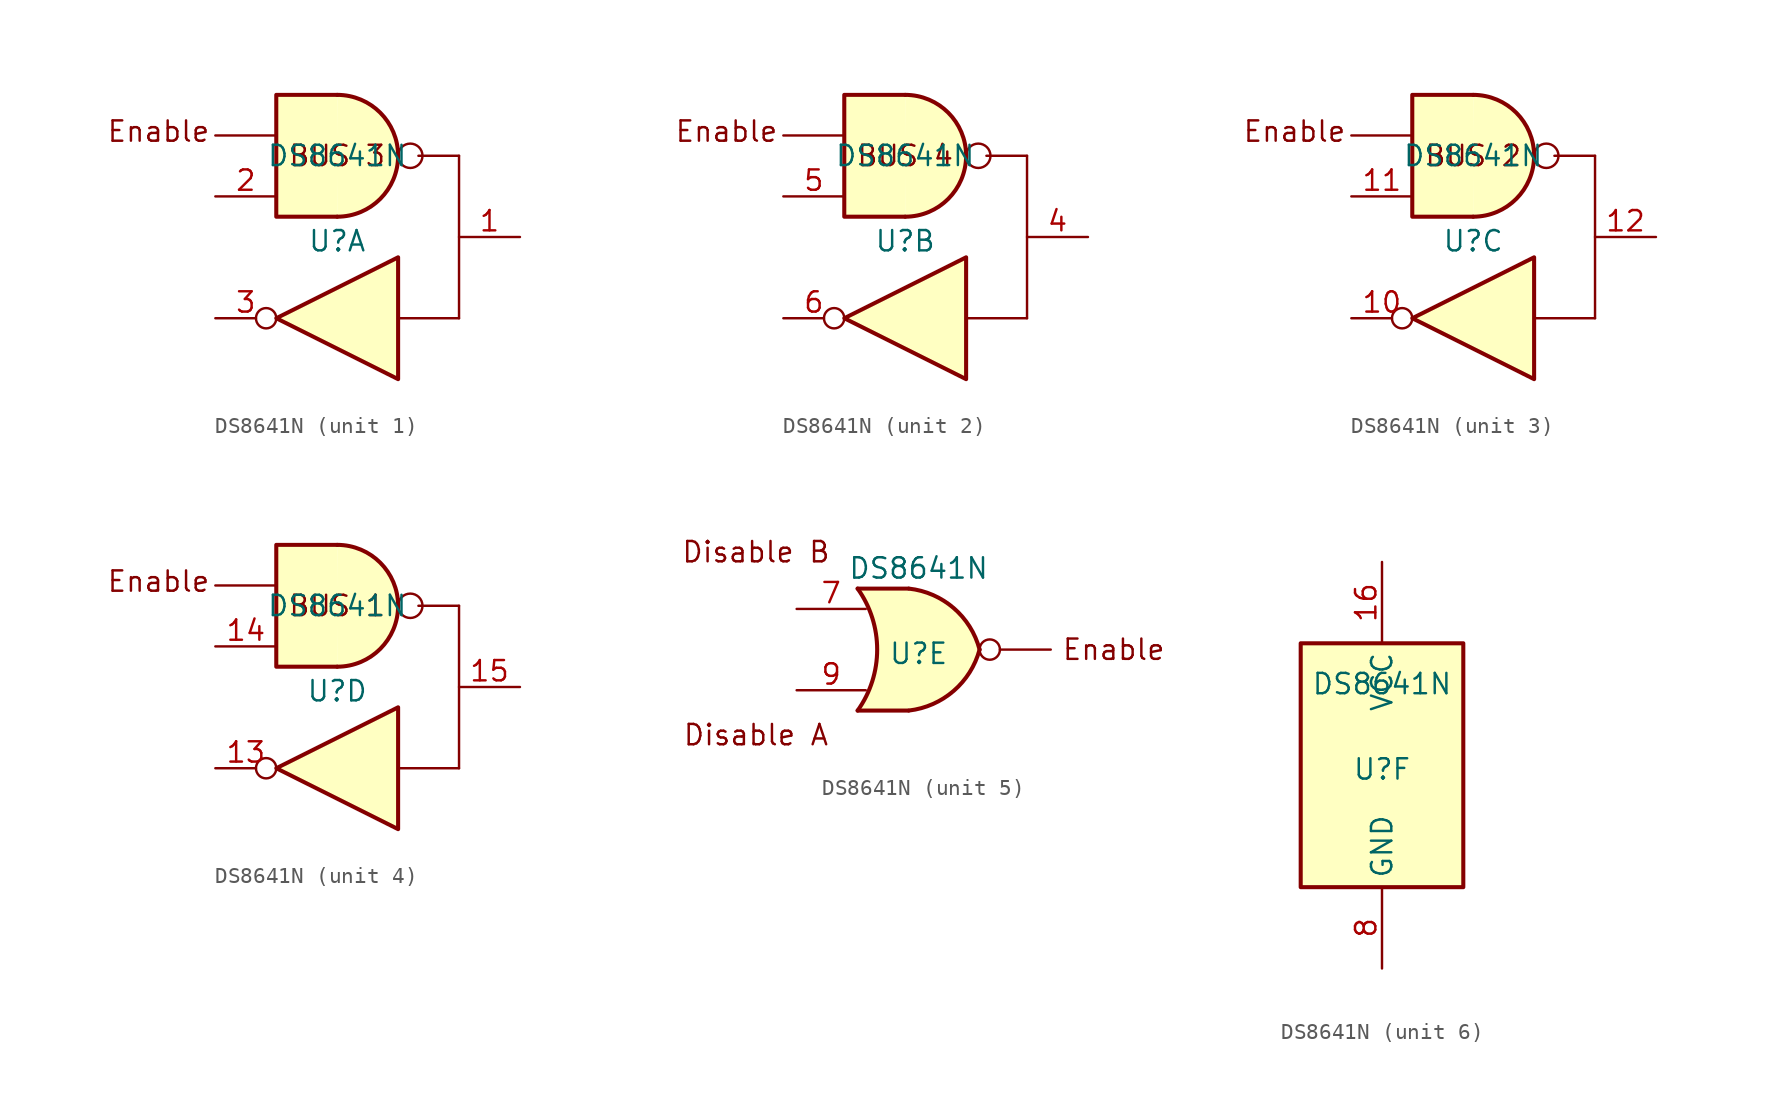
<source format=kicad_sym>
(kicad_symbol_lib
  (version 20231120)
  (generator "kicad_symbol_editor")
  (generator_version "8.0")
  (symbol "DS8641N"
    (property "Reference" "U"
      (at 0 -0.254 0)
      (effects (font (size 1.27 1.27))))
    (property "Value" "DS8641N"
      (at 0 5.08 0)
      (effects (font (size 1.27 1.27))))
    (property "ki_locked" ""
      (at 0 0 0)
      (effects (font (size 1.27 1.27))))
    (symbol "DS8641N_1_0"
      (polyline (pts (xy 3.81 -8.89) (xy 3.81 -1.27) (xy -3.81 -5.08) (xy 3.81 -8.89)) (stroke (width 0.254) (type default)) (fill (type background)))
      (pin output inverted (at -7.62 -5.08 0) (length 3.81) (name "~" (effects (font (size 1.27 1.27)))) (number "3" (effects (font (size 1.27 1.27))))))
    (symbol "DS8641N_1_1"
      (polyline (pts (xy -3.81 6.35) (xy -7.62 6.35)) (stroke (width 0) (type default)) (fill (type none)))
      (polyline (pts (xy 3.81 -5.08) (xy 7.62 -5.08)) (stroke (width 0) (type default)) (fill (type none)))
      (polyline (pts (xy 7.62 5.08) (xy 5.08 5.08)) (stroke (width 0) (type default)) (fill (type none)))
      (polyline (pts (xy 7.62 5.08) (xy 7.62 -5.08)) (stroke (width 0) (type default)) (fill (type none)))
      (polyline (pts (xy 0 8.89) (xy -3.81 8.89) (xy -3.81 1.27) (xy 0 1.27)) (stroke (width 0.254) (type default)) (fill (type background)))
      (arc (start 0 1.27) (mid 3.7934 5.08) (end 0 8.89) (stroke (width 0.254) (type default)) (fill (type background)))
      (circle (center 4.572 5.08) (radius 0.762) (stroke (width 0) (type default)) (fill (type none)))
      (text "BUS 3" (at 0 5.08 0) (effects (font (size 1.27 1.27))))
      (text "Enable" (at -11.176 6.604 0) (effects (font (size 1.27 1.27))))
      (pin open_collector line (at 11.43 0 180) (length 3.81) (name "~" (effects (font (size 1.27 1.27)))) (number "1" (effects (font (size 1.27 1.27)))))
      (pin input line (at -7.62 2.54 0) (length 3.81) (name "~" (effects (font (size 1.27 1.27)))) (number "2" (effects (font (size 1.27 1.27))))))
    (symbol "DS8641N_2_0"
      (polyline (pts (xy 3.81 -8.89) (xy 3.81 -1.27) (xy -3.81 -5.08) (xy 3.81 -8.89)) (stroke (width 0.254) (type default)) (fill (type background)))
      (pin output inverted (at -7.62 -5.08 0) (length 3.81) (name "~" (effects (font (size 1.27 1.27)))) (number "6" (effects (font (size 1.27 1.27))))))
    (symbol "DS8641N_2_1"
      (polyline (pts (xy -3.81 6.35) (xy -7.62 6.35)) (stroke (width 0) (type default)) (fill (type none)))
      (polyline (pts (xy 3.81 -5.08) (xy 7.62 -5.08)) (stroke (width 0) (type default)) (fill (type none)))
      (polyline (pts (xy 7.62 5.08) (xy 5.08 5.08)) (stroke (width 0) (type default)) (fill (type none)))
      (polyline (pts (xy 7.62 5.08) (xy 7.62 -5.08)) (stroke (width 0) (type default)) (fill (type none)))
      (polyline (pts (xy 0 8.89) (xy -3.81 8.89) (xy -3.81 1.27) (xy 0 1.27)) (stroke (width 0.254) (type default)) (fill (type background)))
      (arc (start 0 1.27) (mid 3.7934 5.08) (end 0 8.89) (stroke (width 0.254) (type default)) (fill (type background)))
      (circle (center 4.572 5.08) (radius 0.762) (stroke (width 0) (type default)) (fill (type none)))
      (text "BUS 4" (at 0 5.08 0) (effects (font (size 1.27 1.27))))
      (text "Enable" (at -11.176 6.604 0) (effects (font (size 1.27 1.27))))
      (pin open_collector line (at 11.43 0 180) (length 3.81) (name "~" (effects (font (size 1.27 1.27)))) (number "4" (effects (font (size 1.27 1.27)))))
      (pin input line (at -7.62 2.54 0) (length 3.81) (name "~" (effects (font (size 1.27 1.27)))) (number "5" (effects (font (size 1.27 1.27))))))
    (symbol "DS8641N_3_0"
      (polyline (pts (xy 3.81 -8.89) (xy 3.81 -1.27) (xy -3.81 -5.08) (xy 3.81 -8.89)) (stroke (width 0.254) (type default)) (fill (type background)))
      (pin output inverted (at -7.62 -5.08 0) (length 3.81) (name "~" (effects (font (size 1.27 1.27)))) (number "10" (effects (font (size 1.27 1.27))))))
    (symbol "DS8641N_3_1"
      (polyline (pts (xy -3.81 6.35) (xy -7.62 6.35)) (stroke (width 0) (type default)) (fill (type none)))
      (polyline (pts (xy 3.81 -5.08) (xy 7.62 -5.08)) (stroke (width 0) (type default)) (fill (type none)))
      (polyline (pts (xy 7.62 5.08) (xy 5.08 5.08)) (stroke (width 0) (type default)) (fill (type none)))
      (polyline (pts (xy 7.62 5.08) (xy 7.62 -5.08)) (stroke (width 0) (type default)) (fill (type none)))
      (polyline (pts (xy 0 8.89) (xy -3.81 8.89) (xy -3.81 1.27) (xy 0 1.27)) (stroke (width 0.254) (type default)) (fill (type background)))
      (arc (start 0 1.27) (mid 3.7934 5.08) (end 0 8.89) (stroke (width 0.254) (type default)) (fill (type background)))
      (circle (center 4.572 5.08) (radius 0.762) (stroke (width 0) (type default)) (fill (type none)))
      (text "BUS 2" (at 0 5.08 0) (effects (font (size 1.27 1.27))))
      (text "Enable" (at -11.176 6.604 0) (effects (font (size 1.27 1.27))))
      (pin input line (at -7.62 2.54 0) (length 3.81) (name "~" (effects (font (size 1.27 1.27)))) (number "11" (effects (font (size 1.27 1.27)))))
      (pin open_collector line (at 11.43 0 180) (length 3.81) (name "~" (effects (font (size 1.27 1.27)))) (number "12" (effects (font (size 1.27 1.27))))))
    (symbol "DS8641N_4_0"
      (polyline (pts (xy 3.81 -8.89) (xy 3.81 -1.27) (xy -3.81 -5.08) (xy 3.81 -8.89)) (stroke (width 0.254) (type default)) (fill (type background)))
      (pin output inverted (at -7.62 -5.08 0) (length 3.81) (name "~" (effects (font (size 1.27 1.27)))) (number "13" (effects (font (size 1.27 1.27))))))
    (symbol "DS8641N_4_1"
      (polyline (pts (xy -3.81 6.35) (xy -7.62 6.35)) (stroke (width 0) (type default)) (fill (type none)))
      (polyline (pts (xy 3.81 -5.08) (xy 7.62 -5.08)) (stroke (width 0) (type default)) (fill (type none)))
      (polyline (pts (xy 7.62 5.08) (xy 5.08 5.08)) (stroke (width 0) (type default)) (fill (type none)))
      (polyline (pts (xy 7.62 5.08) (xy 7.62 -5.08)) (stroke (width 0) (type default)) (fill (type none)))
      (polyline (pts (xy 0 8.89) (xy -3.81 8.89) (xy -3.81 1.27) (xy 0 1.27)) (stroke (width 0.254) (type default)) (fill (type background)))
      (arc (start 0 1.27) (mid 3.7934 5.08) (end 0 8.89) (stroke (width 0.254) (type default)) (fill (type background)))
      (circle (center 4.572 5.08) (radius 0.762) (stroke (width 0) (type default)) (fill (type none)))
      (text "BUS 1" (at 0 5.08 0) (effects (font (size 1.27 1.27))))
      (text "Enable" (at -11.176 6.604 0) (effects (font (size 1.27 1.27))))
      (pin input line (at -7.62 2.54 0) (length 3.81) (name "~" (effects (font (size 1.27 1.27)))) (number "14" (effects (font (size 1.27 1.27)))))
      (pin open_collector line (at 11.43 0 180) (length 3.81) (name "~" (effects (font (size 1.27 1.27)))) (number "15" (effects (font (size 1.27 1.27))))))
    (symbol "DS8641N_5_1"
      (arc (start -3.81 -3.81) (mid -2.589 0) (end -3.81 3.81) (stroke (width 0.254) (type default)) (fill (type none)))
      (arc (start -0.6096 -3.81) (mid 2.1842 -2.5851) (end 3.81 0) (stroke (width 0.254) (type default)) (fill (type background)))
      (polyline (pts (xy -3.81 -3.81) (xy -0.635 -3.81)) (stroke (width 0.254) (type default)) (fill (type background)))
      (polyline (pts (xy -3.81 3.81) (xy -0.635 3.81)) (stroke (width 0.254) (type default)) (fill (type background)))
      (polyline (pts (xy 5.08 0) (xy 8.255 0)) (stroke (width 0) (type default)) (fill (type none)))
      (polyline (pts (xy -0.635 3.81) (xy -3.81 3.81) (xy -3.81 3.81) (xy -3.556 3.404) (xy -3.023 2.261) (xy -2.692 1.041) (xy -2.616 -0.254) (xy -2.769 -1.499) (xy -3.175 -2.718) (xy -3.81 -3.81) (xy -3.81 -3.81) (xy -0.635 -3.81)) (stroke (width -25.4) (type default)) (fill (type background)))
      (arc (start 3.81 0) (mid 2.1915 2.5936) (end -0.6096 3.81) (stroke (width 0.254) (type default)) (fill (type background)))
      (circle (center 4.445 0) (radius 0.635) (stroke (width 0) (type default)) (fill (type none)))
      (text "Disable A" (at -10.16 -5.334 0) (effects (font (size 1.27 1.27))))
      (text "Disable B" (at -10.16 6.096 0) (effects (font (size 1.27 1.27))))
      (text "Enable" (at 12.192 0 0) (effects (font (size 1.27 1.27))))
      (pin input line (at -7.62 2.54 0) (length 4.318) (name "~" (effects (font (size 1.27 1.27)))) (number "7" (effects (font (size 1.27 1.27)))))
      (pin input line (at -7.62 -2.54 0) (length 4.318) (name "~" (effects (font (size 1.27 1.27)))) (number "9" (effects (font (size 1.27 1.27))))))
    (symbol "DS8641N_6_0"
      (pin power_in line (at 0 12.7 270) (length 5.08) (name "VCC" (effects (font (size 1.27 1.27)))) (number "16" (effects (font (size 1.27 1.27)))))
      (pin power_in line (at 0 -12.7 90) (length 5.08) (name "GND" (effects (font (size 1.27 1.27)))) (number "8" (effects (font (size 1.27 1.27))))))
    (symbol "DS8641N_6_1"
      (rectangle (start -5.08 7.62) (end 5.08 -7.62) (stroke (width 0.254) (type default)) (fill (type background))))))
</source>
